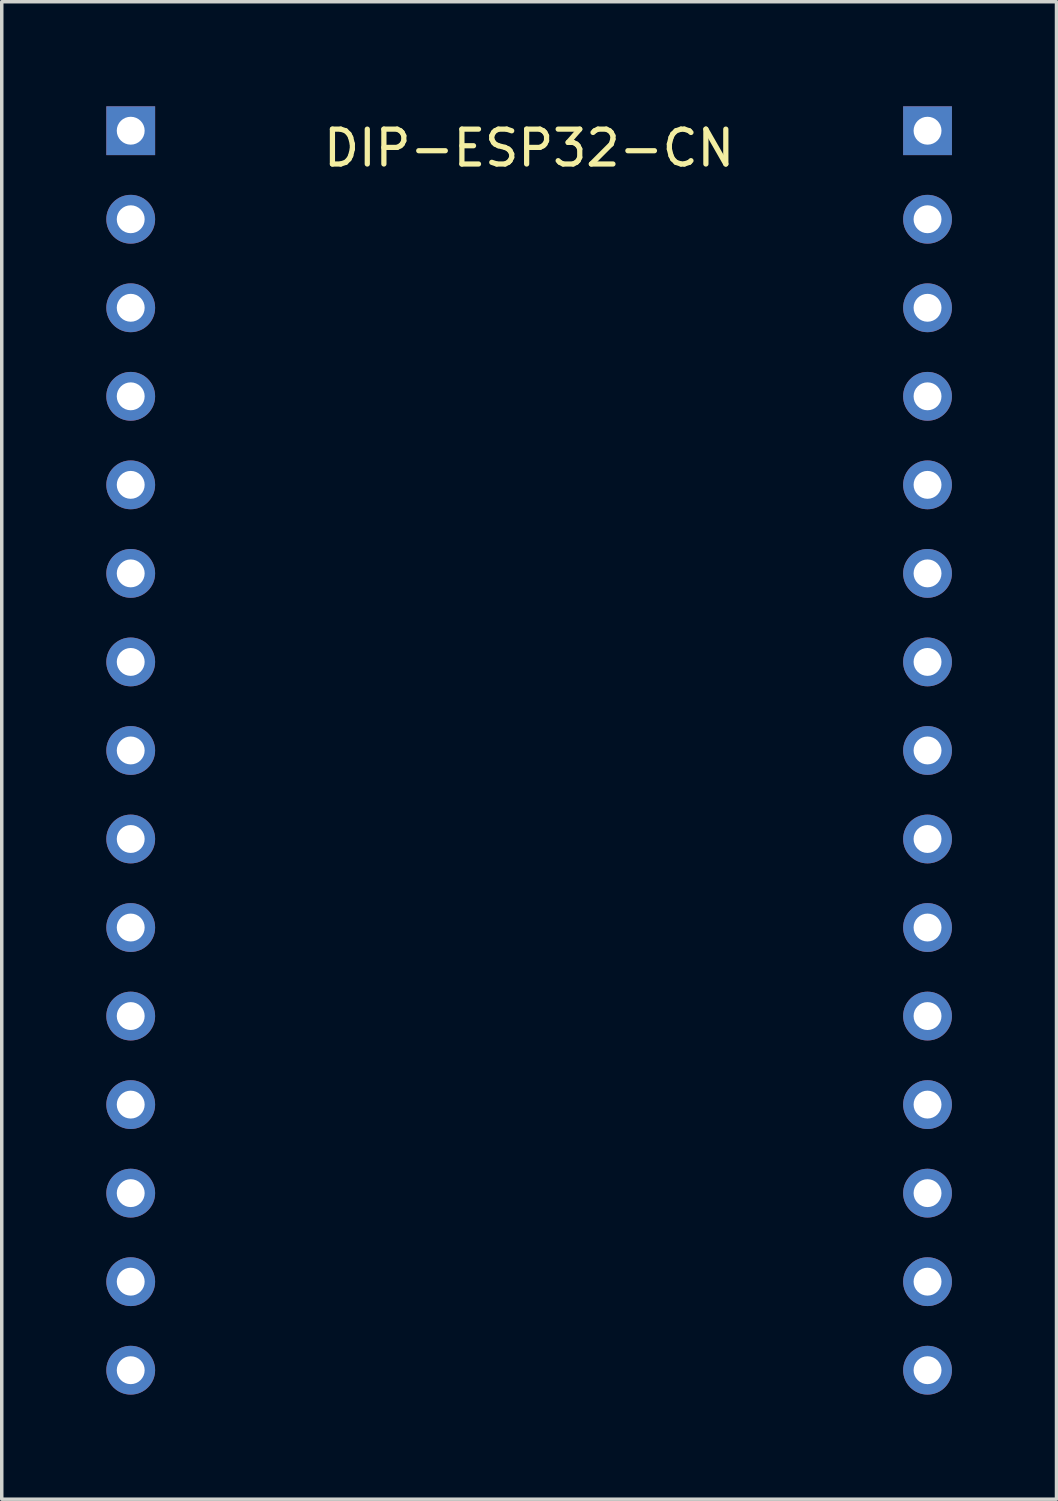
<source format=kicad_pcb>
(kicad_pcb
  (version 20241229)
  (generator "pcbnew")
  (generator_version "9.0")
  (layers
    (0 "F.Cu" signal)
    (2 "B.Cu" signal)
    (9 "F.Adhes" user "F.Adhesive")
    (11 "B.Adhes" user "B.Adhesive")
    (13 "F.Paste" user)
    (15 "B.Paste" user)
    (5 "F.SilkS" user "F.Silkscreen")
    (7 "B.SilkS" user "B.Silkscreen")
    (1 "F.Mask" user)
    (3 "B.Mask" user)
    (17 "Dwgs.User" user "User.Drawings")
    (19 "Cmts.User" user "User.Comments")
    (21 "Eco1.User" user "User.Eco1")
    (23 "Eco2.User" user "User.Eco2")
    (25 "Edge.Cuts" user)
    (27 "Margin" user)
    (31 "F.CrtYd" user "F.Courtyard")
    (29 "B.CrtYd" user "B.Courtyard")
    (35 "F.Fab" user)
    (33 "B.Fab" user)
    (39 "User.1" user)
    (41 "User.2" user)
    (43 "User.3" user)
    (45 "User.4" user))
  (footprint "DIP-ESP32-CN"
    (layer "F.Cu")
    (at 12.13 0.7)
    (property "Reference" "DIP-ESP32-CN" (at 0 0.5 0) (layer "F.SilkS") (effects (font (size 1 1) (thickness 0.15))))
    (attr through_hole)
    (pad "1" thru_hole rect (at -11.43 0) (size 1.4 1.4) (drill 0.8) (layers "*.Cu" "*.Mask"))
    (pad "2" thru_hole circle (at -11.43 2.54) (size 1.4 1.4) (drill 0.8) (layers "*.Cu" "*.Mask"))
    (pad "3" thru_hole circle (at -11.43 5.08) (size 1.4 1.4) (drill 0.8) (layers "*.Cu" "*.Mask"))
    (pad "4" thru_hole circle (at -11.43 7.62) (size 1.4 1.4) (drill 0.8) (layers "*.Cu" "*.Mask"))
    (pad "5" thru_hole circle (at -11.43 10.16) (size 1.4 1.4) (drill 0.8) (layers "*.Cu" "*.Mask"))
    (pad "6" thru_hole circle (at -11.43 12.7) (size 1.4 1.4) (drill 0.8) (layers "*.Cu" "*.Mask"))
    (pad "7" thru_hole circle (at -11.43 15.24) (size 1.4 1.4) (drill 0.8) (layers "*.Cu" "*.Mask"))
    (pad "8" thru_hole circle (at -11.43 17.78) (size 1.4 1.4) (drill 0.8) (layers "*.Cu" "*.Mask"))
    (pad "9" thru_hole circle (at -11.43 20.32) (size 1.4 1.4) (drill 0.8) (layers "*.Cu" "*.Mask"))
    (pad "10" thru_hole circle (at -11.43 22.86) (size 1.4 1.4) (drill 0.8) (layers "*.Cu" "*.Mask"))
    (pad "11" thru_hole circle (at -11.43 25.4) (size 1.4 1.4) (drill 0.8) (layers "*.Cu" "*.Mask"))
    (pad "12" thru_hole circle (at -11.43 27.94) (size 1.4 1.4) (drill 0.8) (layers "*.Cu" "*.Mask"))
    (pad "13" thru_hole circle (at -11.43 30.48) (size 1.4 1.4) (drill 0.8) (layers "*.Cu" "*.Mask"))
    (pad "14" thru_hole circle (at -11.43 33.02) (size 1.4 1.4) (drill 0.8) (layers "*.Cu" "*.Mask"))
    (pad "15" thru_hole circle (at -11.43 35.56) (size 1.4 1.4) (drill 0.8) (layers "*.Cu" "*.Mask"))
    (pad "16" thru_hole circle (at 11.43 35.56) (size 1.4 1.4) (drill 0.8) (layers "*.Cu" "*.Mask"))
    (pad "17" thru_hole circle (at 11.43 33.02) (size 1.4 1.4) (drill 0.8) (layers "*.Cu" "*.Mask"))
    (pad "18" thru_hole circle (at 11.43 30.48) (size 1.4 1.4) (drill 0.8) (layers "*.Cu" "*.Mask"))
    (pad "19" thru_hole circle (at 11.43 27.94) (size 1.4 1.4) (drill 0.8) (layers "*.Cu" "*.Mask"))
    (pad "20" thru_hole circle (at 11.43 25.4) (size 1.4 1.4) (drill 0.8) (layers "*.Cu" "*.Mask"))
    (pad "21" thru_hole circle (at 11.43 22.86) (size 1.4 1.4) (drill 0.8) (layers "*.Cu" "*.Mask"))
    (pad "22" thru_hole circle (at 11.43 20.32) (size 1.4 1.4) (drill 0.8) (layers "*.Cu" "*.Mask"))
    (pad "23" thru_hole circle (at 11.43 17.78) (size 1.4 1.4) (drill 0.8) (layers "*.Cu" "*.Mask"))
    (pad "24" thru_hole circle (at 11.43 15.24) (size 1.4 1.4) (drill 0.8) (layers "*.Cu" "*.Mask"))
    (pad "25" thru_hole circle (at 11.43 12.7) (size 1.4 1.4) (drill 0.8) (layers "*.Cu" "*.Mask"))
    (pad "26" thru_hole circle (at 11.43 10.16) (size 1.4 1.4) (drill 0.8) (layers "*.Cu" "*.Mask"))
    (pad "27" thru_hole circle (at 11.43 7.62) (size 1.4 1.4) (drill 0.8) (layers "*.Cu" "*.Mask"))
    (pad "28" thru_hole circle (at 11.43 5.08) (size 1.4 1.4) (drill 0.8) (layers "*.Cu" "*.Mask"))
    (pad "29" thru_hole circle (at 11.43 2.54) (size 1.4 1.4) (drill 0.8) (layers "*.Cu" "*.Mask"))
    (pad "30" thru_hole rect (at 11.43 0) (size 1.4 1.4) (drill 0.8) (layers "*.Cu" "*.Mask")))
  (gr_rect
    (start -3 -3)
    (end 27.26 39.96)
    (stroke (width 0.1) (type default))
    (fill no)
    (layer "Edge.Cuts")))
</source>
